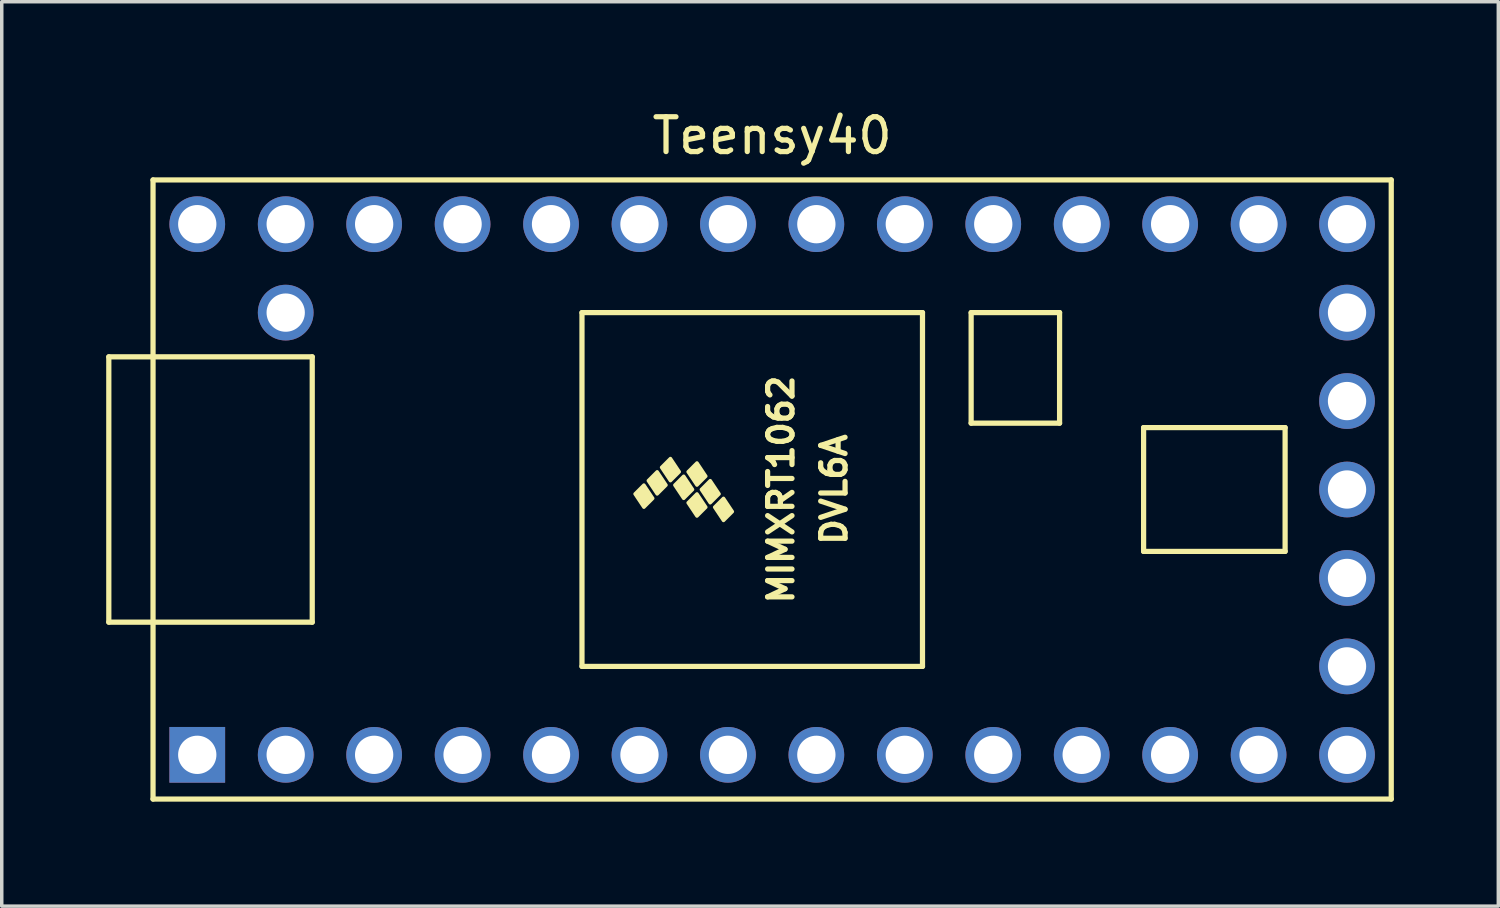
<source format=kicad_pcb>
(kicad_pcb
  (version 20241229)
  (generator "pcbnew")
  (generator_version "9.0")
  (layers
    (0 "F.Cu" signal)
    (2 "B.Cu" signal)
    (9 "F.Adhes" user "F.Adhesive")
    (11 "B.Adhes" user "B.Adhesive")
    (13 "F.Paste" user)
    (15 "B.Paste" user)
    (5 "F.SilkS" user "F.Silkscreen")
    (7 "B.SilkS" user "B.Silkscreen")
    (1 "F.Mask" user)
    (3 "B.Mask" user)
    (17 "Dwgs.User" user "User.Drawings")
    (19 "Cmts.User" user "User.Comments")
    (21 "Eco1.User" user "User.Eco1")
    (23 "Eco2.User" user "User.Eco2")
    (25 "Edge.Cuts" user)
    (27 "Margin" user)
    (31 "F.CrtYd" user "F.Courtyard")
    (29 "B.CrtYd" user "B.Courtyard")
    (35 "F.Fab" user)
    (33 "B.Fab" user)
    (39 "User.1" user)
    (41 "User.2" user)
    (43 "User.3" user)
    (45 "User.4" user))
  (footprint "Teensy40"
    (layer "F.Cu")
    (at 19.125 11.008)
    (property "Reference" "Teensy40" (at 0 -10.16 0) (layer "F.SilkS") (effects (font (size 1 1) (thickness 0.15))))
    (attr through_hole)
    (fp_line (start -19.05 -3.81) (end -17.78 -3.81) (stroke (width 0.15) (type solid)) (layer "F.SilkS"))
    (fp_line (start -19.05 3.81) (end -19.05 -3.81) (stroke (width 0.15) (type solid)) (layer "F.SilkS"))
    (fp_line (start -17.78 -8.89) (end 17.78 -8.89) (stroke (width 0.15) (type solid)) (layer "F.SilkS"))
    (fp_line (start -17.78 3.81) (end -19.05 3.81) (stroke (width 0.15) (type solid)) (layer "F.SilkS"))
    (fp_line (start -17.78 8.89) (end -17.78 -8.89) (stroke (width 0.15) (type solid)) (layer "F.SilkS"))
    (fp_line (start -13.208 -3.81) (end -17.78 -3.81) (stroke (width 0.15) (type solid)) (layer "F.SilkS"))
    (fp_line (start -13.208 3.81) (end -17.78 3.81) (stroke (width 0.15) (type solid)) (layer "F.SilkS"))
    (fp_line (start -13.208 3.81) (end -13.208 -3.81) (stroke (width 0.15) (type solid)) (layer "F.SilkS"))
    (fp_line (start -5.461 -5.08) (end -5.461 5.08) (stroke (width 0.15) (type solid)) (layer "F.SilkS"))
    (fp_line (start 4.318 -5.08) (end -5.461 -5.08) (stroke (width 0.15) (type solid)) (layer "F.SilkS"))
    (fp_line (start 4.318 5.08) (end -5.461 5.08) (stroke (width 0.15) (type solid)) (layer "F.SilkS"))
    (fp_line (start 4.318 5.08) (end 4.318 -5.08) (stroke (width 0.15) (type solid)) (layer "F.SilkS"))
    (fp_line (start 5.715 -5.08) (end 8.255 -5.08) (stroke (width 0.15) (type solid)) (layer "F.SilkS"))
    (fp_line (start 5.715 -1.905) (end 5.715 -5.08) (stroke (width 0.15) (type solid)) (layer "F.SilkS"))
    (fp_line (start 8.255 -5.08) (end 8.255 -1.905) (stroke (width 0.15) (type solid)) (layer "F.SilkS"))
    (fp_line (start 8.255 -1.905) (end 5.715 -1.905) (stroke (width 0.15) (type solid)) (layer "F.SilkS"))
    (fp_line (start 10.668 -1.778) (end 14.732 -1.778) (stroke (width 0.15) (type solid)) (layer "F.SilkS"))
    (fp_line (start 10.668 1.778) (end 10.668 -1.778) (stroke (width 0.15) (type solid)) (layer "F.SilkS"))
    (fp_line (start 14.732 -1.778) (end 14.732 1.778) (stroke (width 0.15) (type solid)) (layer "F.SilkS"))
    (fp_line (start 14.732 1.778) (end 10.668 1.778) (stroke (width 0.15) (type solid)) (layer "F.SilkS"))
    (fp_line (start 17.78 -8.89) (end 17.78 8.89) (stroke (width 0.15) (type solid)) (layer "F.SilkS"))
    (fp_line (start 17.78 8.89) (end -17.78 8.89) (stroke (width 0.15) (type solid)) (layer "F.SilkS"))
    (fp_poly (pts (xy -3.937 0.127) (xy -3.683 -0.127) (xy -3.429 0.254) (xy -3.683 0.508)) (stroke (width 0.1) (type solid)) (fill yes) (layer "F.SilkS"))
    (fp_poly (pts (xy -3.556 -0.254) (xy -3.302 -0.508) (xy -3.048 -0.127) (xy -3.302 0.127)) (stroke (width 0.1) (type solid)) (fill yes) (layer "F.SilkS"))
    (fp_poly (pts (xy -3.175 -0.635) (xy -2.921 -0.889) (xy -2.667 -0.508) (xy -2.921 -0.254)) (stroke (width 0.1) (type solid)) (fill yes) (layer "F.SilkS"))
    (fp_poly (pts (xy -2.794 -0.127) (xy -2.54 -0.381) (xy -2.286 0) (xy -2.54 0.254)) (stroke (width 0.1) (type solid)) (fill yes) (layer "F.SilkS"))
    (fp_poly (pts (xy -2.413 -0.508) (xy -2.159 -0.762) (xy -1.905 -0.381) (xy -2.159 -0.127)) (stroke (width 0.1) (type solid)) (fill yes) (layer "F.SilkS"))
    (fp_poly (pts (xy -2.413 0.381) (xy -2.159 0.127) (xy -1.905 0.508) (xy -2.159 0.762)) (stroke (width 0.1) (type solid)) (fill yes) (layer "F.SilkS"))
    (fp_poly (pts (xy -2.032 0) (xy -1.778 -0.254) (xy -1.524 0.127) (xy -1.778 0.381)) (stroke (width 0.1) (type solid)) (fill yes) (layer "F.SilkS"))
    (fp_poly (pts (xy -1.651 0.508) (xy -1.397 0.254) (xy -1.143 0.635) (xy -1.397 0.889)) (stroke (width 0.1) (type solid)) (fill yes) (layer "F.SilkS"))
    (fp_text user "MIMXRT1062" (at 0.254 0 90) (layer "F.SilkS") (effects (font (size 0.7 0.7) (thickness 0.15))))
    (fp_text user "DVL6A" (at 1.778 0 90) (layer "F.SilkS") (effects (font (size 0.7 0.7) (thickness 0.15))))
    (pad "1" thru_hole rect (at -16.51 7.62) (size 1.6 1.6) (drill 1.1) (layers "*.Cu" "*.Mask"))
    (pad "2" thru_hole circle (at -13.97 7.62) (size 1.6 1.6) (drill 1.1) (layers "*.Cu" "*.Mask"))
    (pad "3" thru_hole circle (at -11.43 7.62) (size 1.6 1.6) (drill 1.1) (layers "*.Cu" "*.Mask"))
    (pad "4" thru_hole circle (at -8.89 7.62) (size 1.6 1.6) (drill 1.1) (layers "*.Cu" "*.Mask"))
    (pad "5" thru_hole circle (at -6.35 7.62) (size 1.6 1.6) (drill 1.1) (layers "*.Cu" "*.Mask"))
    (pad "6" thru_hole circle (at -3.81 7.62) (size 1.6 1.6) (drill 1.1) (layers "*.Cu" "*.Mask"))
    (pad "7" thru_hole circle (at -1.27 7.62) (size 1.6 1.6) (drill 1.1) (layers "*.Cu" "*.Mask"))
    (pad "8" thru_hole circle (at 1.27 7.62) (size 1.6 1.6) (drill 1.1) (layers "*.Cu" "*.Mask"))
    (pad "9" thru_hole circle (at 3.81 7.62) (size 1.6 1.6) (drill 1.1) (layers "*.Cu" "*.Mask"))
    (pad "10" thru_hole circle (at 6.35 7.62) (size 1.6 1.6) (drill 1.1) (layers "*.Cu" "*.Mask"))
    (pad "11" thru_hole circle (at 8.89 7.62) (size 1.6 1.6) (drill 1.1) (layers "*.Cu" "*.Mask"))
    (pad "12" thru_hole circle (at 11.43 7.62) (size 1.6 1.6) (drill 1.1) (layers "*.Cu" "*.Mask"))
    (pad "13" thru_hole circle (at 13.97 7.62) (size 1.6 1.6) (drill 1.1) (layers "*.Cu" "*.Mask"))
    (pad "14" thru_hole circle (at 16.51 7.62) (size 1.6 1.6) (drill 1.1) (layers "*.Cu" "*.Mask"))
    (pad "15" thru_hole circle (at 16.51 5.08) (size 1.6 1.6) (drill 1.1) (layers "*.Cu" "*.Mask"))
    (pad "16" thru_hole circle (at 16.51 2.54) (size 1.6 1.6) (drill 1.1) (layers "*.Cu" "*.Mask"))
    (pad "17" thru_hole circle (at 16.51 0) (size 1.6 1.6) (drill 1.1) (layers "*.Cu" "*.Mask"))
    (pad "18" thru_hole circle (at 16.51 -2.54) (size 1.6 1.6) (drill 1.1) (layers "*.Cu" "*.Mask"))
    (pad "19" thru_hole circle (at 16.51 -5.08) (size 1.6 1.6) (drill 1.1) (layers "*.Cu" "*.Mask"))
    (pad "20" thru_hole circle (at 16.51 -7.62) (size 1.6 1.6) (drill 1.1) (layers "*.Cu" "*.Mask"))
    (pad "21" thru_hole circle (at 13.97 -7.62) (size 1.6 1.6) (drill 1.1) (layers "*.Cu" "*.Mask"))
    (pad "22" thru_hole circle (at 11.43 -7.62) (size 1.6 1.6) (drill 1.1) (layers "*.Cu" "*.Mask"))
    (pad "23" thru_hole circle (at 8.89 -7.62) (size 1.6 1.6) (drill 1.1) (layers "*.Cu" "*.Mask"))
    (pad "24" thru_hole circle (at 6.35 -7.62) (size 1.6 1.6) (drill 1.1) (layers "*.Cu" "*.Mask"))
    (pad "25" thru_hole circle (at 3.81 -7.62) (size 1.6 1.6) (drill 1.1) (layers "*.Cu" "*.Mask"))
    (pad "26" thru_hole circle (at 1.27 -7.62) (size 1.6 1.6) (drill 1.1) (layers "*.Cu" "*.Mask"))
    (pad "27" thru_hole circle (at -1.27 -7.62) (size 1.6 1.6) (drill 1.1) (layers "*.Cu" "*.Mask"))
    (pad "28" thru_hole circle (at -3.81 -7.62) (size 1.6 1.6) (drill 1.1) (layers "*.Cu" "*.Mask"))
    (pad "29" thru_hole circle (at -6.35 -7.62) (size 1.6 1.6) (drill 1.1) (layers "*.Cu" "*.Mask"))
    (pad "30" thru_hole circle (at -8.89 -7.62) (size 1.6 1.6) (drill 1.1) (layers "*.Cu" "*.Mask"))
    (pad "31" thru_hole circle (at -11.43 -7.62) (size 1.6 1.6) (drill 1.1) (layers "*.Cu" "*.Mask"))
    (pad "32" thru_hole circle (at -13.97 -7.62) (size 1.6 1.6) (drill 1.1) (layers "*.Cu" "*.Mask"))
    (pad "33" thru_hole circle (at -16.51 -7.62) (size 1.6 1.6) (drill 1.1) (layers "*.Cu" "*.Mask"))
    (pad "34" thru_hole circle (at -13.97 -5.08) (size 1.6 1.6) (drill 1.1) (layers "*.Cu" "*.Mask")))
  (gr_rect
    (start -3 -3)
    (end 39.98 22.973)
    (stroke (width 0.1) (type default))
    (fill no)
    (layer "Edge.Cuts")))
</source>
